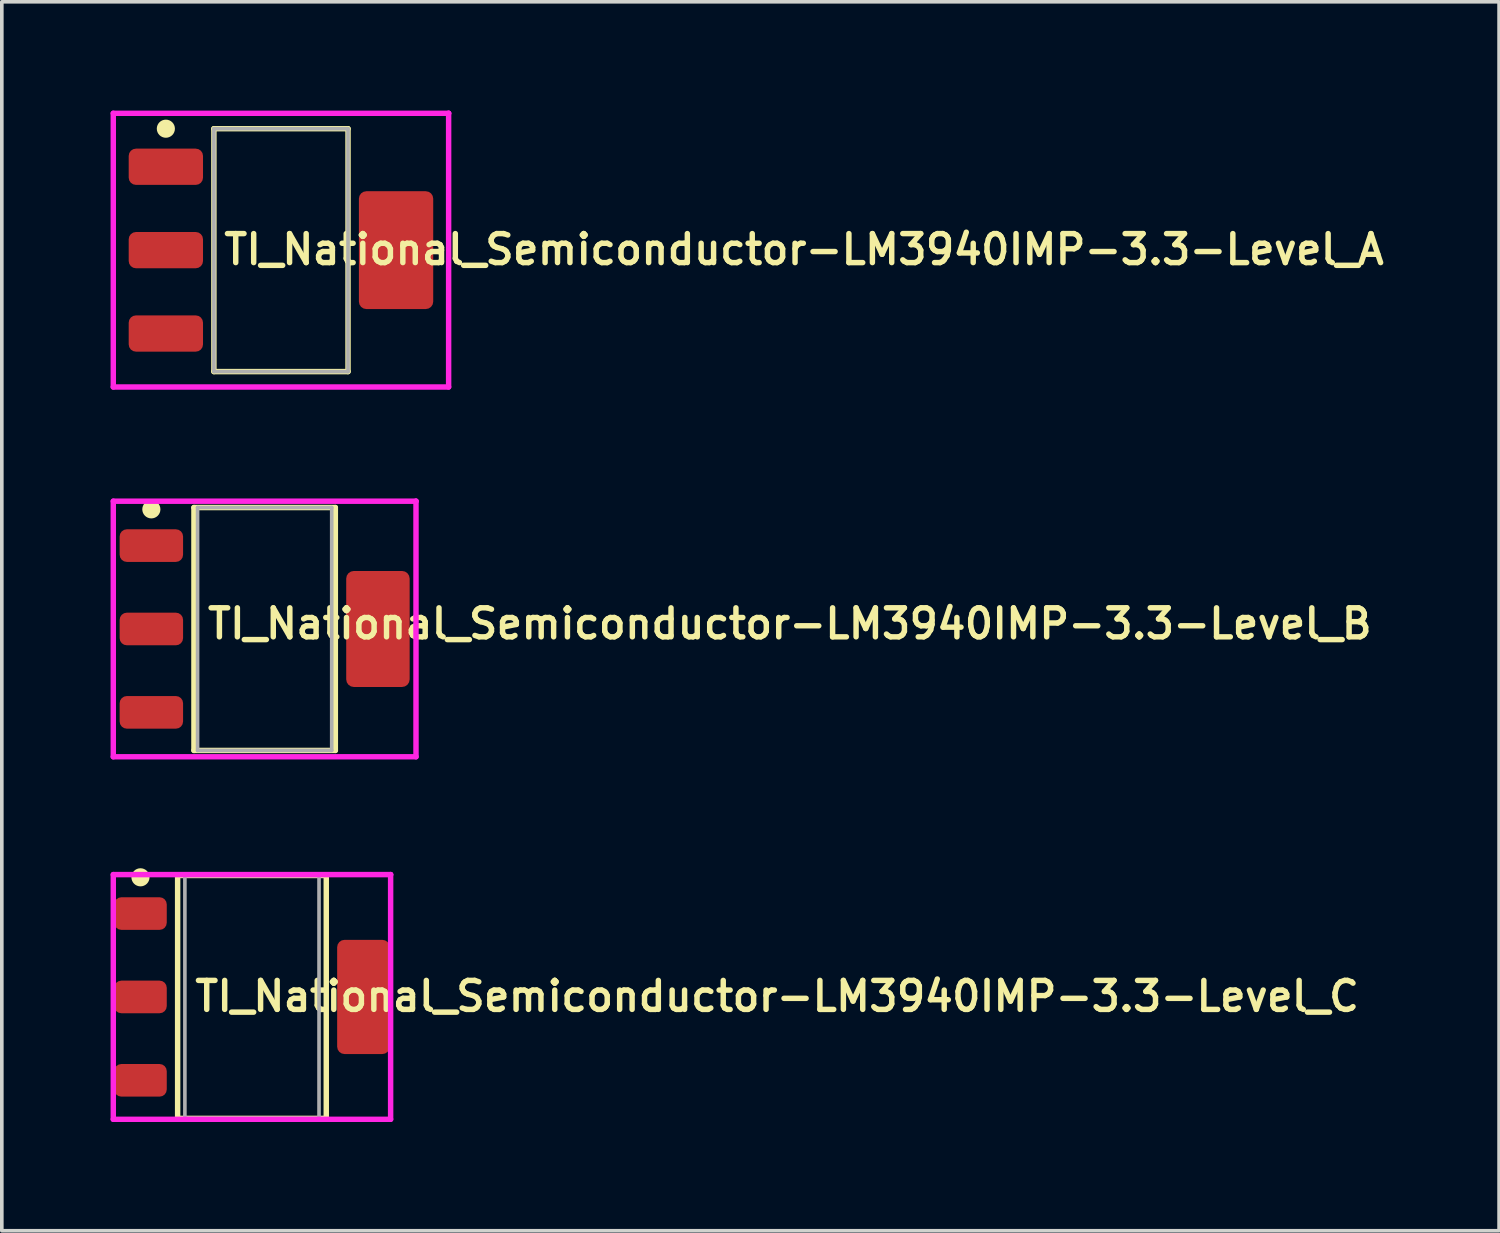
<source format=kicad_pcb>
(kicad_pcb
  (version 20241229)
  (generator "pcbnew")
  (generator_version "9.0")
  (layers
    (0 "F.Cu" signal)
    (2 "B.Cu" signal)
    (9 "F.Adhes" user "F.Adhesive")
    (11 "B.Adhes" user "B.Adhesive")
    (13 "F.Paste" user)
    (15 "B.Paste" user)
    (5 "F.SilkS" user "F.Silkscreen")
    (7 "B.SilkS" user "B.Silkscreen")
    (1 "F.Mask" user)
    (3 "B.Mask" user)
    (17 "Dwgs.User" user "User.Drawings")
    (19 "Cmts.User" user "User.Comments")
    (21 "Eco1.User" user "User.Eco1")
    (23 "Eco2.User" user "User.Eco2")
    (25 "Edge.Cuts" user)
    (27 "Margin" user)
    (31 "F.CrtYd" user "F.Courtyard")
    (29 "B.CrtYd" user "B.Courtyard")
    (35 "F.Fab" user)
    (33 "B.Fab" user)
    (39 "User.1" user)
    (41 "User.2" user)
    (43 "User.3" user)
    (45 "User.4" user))
  (footprint "TI_National_Semiconductor-LM3940IMP-3.3-Level_B"
    (layer "F.Cu")
    (at 4.25 14.3)
    (property "Reference" "TI_National_Semiconductor-LM3940IMP-3.3-Level_B" (at -1.651 -0.146 0) (layer "F.SilkS") (effects (font (size 0.8 0.8) (thickness 0.15)) (justify left)))
    (attr through_hole)
    (fp_line (start -1.95 -3.35) (end 1.95 -3.35) (stroke (width 0.15) (type solid)) (layer "F.SilkS"))
    (fp_line (start -1.95 3.35) (end -1.95 -3.35) (stroke (width 0.15) (type solid)) (layer "F.SilkS"))
    (fp_line (start -1.95 3.35) (end 1.95 3.35) (stroke (width 0.15) (type solid)) (layer "F.SilkS"))
    (fp_line (start 1.95 3.35) (end 1.95 -3.35) (stroke (width 0.15) (type solid)) (layer "F.SilkS"))
    (fp_circle (center -3.125 -3.3) (end -3 -3.3) (stroke (width 0.25) (type solid)) (fill no) (layer "F.SilkS"))
    (fp_line (start -4.175 -3.525) (end -4.175 3.525) (stroke (width 0.15) (type solid)) (layer "F.CrtYd"))
    (fp_line (start -4.175 3.525) (end 4.175 3.525) (stroke (width 0.15) (type solid)) (layer "F.CrtYd"))
    (fp_line (start 4.175 -3.525) (end -4.175 -3.525) (stroke (width 0.15) (type solid)) (layer "F.CrtYd"))
    (fp_line (start 4.175 -3.525) (end 4.175 -3.525) (stroke (width 0.15) (type solid)) (layer "F.CrtYd"))
    (fp_line (start 4.175 3.525) (end 4.175 -3.525) (stroke (width 0.15) (type solid)) (layer "F.CrtYd"))
    (fp_line (start -1.85 -3.35) (end 1.85 -3.35) (stroke (width 0.1) (type solid)) (layer "F.Fab"))
    (fp_line (start -1.85 3.35) (end -1.85 -3.35) (stroke (width 0.1) (type solid)) (layer "F.Fab"))
    (fp_line (start -1.85 3.35) (end 1.85 3.35) (stroke (width 0.1) (type solid)) (layer "F.Fab"))
    (fp_line (start 1.85 3.35) (end 1.85 -3.35) (stroke (width 0.1) (type solid)) (layer "F.Fab"))
    (pad "1" smd roundrect (at -3.125 -2.3 270) (size 0.9 1.75) (layers "F.Cu" "F.Mask" "F.Paste") (roundrect_rratio 0.22))
    (pad "2" smd roundrect (at -3.125 -0.000001 270) (size 0.9 1.75) (layers "F.Cu" "F.Mask" "F.Paste") (roundrect_rratio 0.22))
    (pad "3" smd roundrect (at -3.125 2.3 270) (size 0.9 1.75) (layers "F.Cu" "F.Mask" "F.Paste") (roundrect_rratio 0.22))
    (pad "4" smd roundrect (at 3.125 -0.000001 270) (size 3.2 1.75) (layers "F.Cu" "F.Mask" "F.Paste") (roundrect_rratio 0.12)))
  (footprint "TI_National_Semiconductor-LM3940IMP-3.3-Level_C"
    (layer "F.Cu")
    (at 3.9 24.45)
    (property "Reference" "TI_National_Semiconductor-LM3940IMP-3.3-Level_C" (at -1.651 -0.019 0) (layer "F.SilkS") (effects (font (size 0.8 0.8) (thickness 0.15)) (justify left)))
    (attr through_hole)
    (fp_line (start -2.05 -3.35) (end 2.05 -3.35) (stroke (width 0.15) (type solid)) (layer "F.SilkS"))
    (fp_line (start -2.05 3.35) (end -2.05 -3.35) (stroke (width 0.15) (type solid)) (layer "F.SilkS"))
    (fp_line (start -2.05 3.35) (end 2.05 3.35) (stroke (width 0.15) (type solid)) (layer "F.SilkS"))
    (fp_line (start 2.05 3.35) (end 2.05 -3.35) (stroke (width 0.15) (type solid)) (layer "F.SilkS"))
    (fp_circle (center -3.075 -3.3) (end -2.95 -3.3) (stroke (width 0.25) (type solid)) (fill no) (layer "F.SilkS"))
    (fp_line (start -3.825 -3.375) (end -3.825 3.375) (stroke (width 0.15) (type solid)) (layer "F.CrtYd"))
    (fp_line (start -3.825 3.375) (end 3.825 3.375) (stroke (width 0.15) (type solid)) (layer "F.CrtYd"))
    (fp_line (start 3.825 -3.375) (end -3.825 -3.375) (stroke (width 0.15) (type solid)) (layer "F.CrtYd"))
    (fp_line (start 3.825 -3.375) (end 3.825 -3.375) (stroke (width 0.15) (type solid)) (layer "F.CrtYd"))
    (fp_line (start 3.825 3.375) (end 3.825 -3.375) (stroke (width 0.15) (type solid)) (layer "F.CrtYd"))
    (fp_line (start -1.85 -3.35) (end 1.85 -3.35) (stroke (width 0.1) (type solid)) (layer "F.Fab"))
    (fp_line (start -1.85 3.35) (end -1.85 -3.35) (stroke (width 0.1) (type solid)) (layer "F.Fab"))
    (fp_line (start -1.85 3.35) (end 1.85 3.35) (stroke (width 0.1) (type solid)) (layer "F.Fab"))
    (fp_line (start 1.85 3.35) (end 1.85 -3.35) (stroke (width 0.1) (type solid)) (layer "F.Fab"))
    (pad "1" smd roundrect (at -3.075 -2.3 270) (size 0.9 1.45) (layers "F.Cu" "F.Mask" "F.Paste") (roundrect_rratio 0.22))
    (pad "2" smd roundrect (at -3.075 -0.000001 270) (size 0.9 1.45) (layers "F.Cu" "F.Mask" "F.Paste") (roundrect_rratio 0.22))
    (pad "3" smd roundrect (at -3.075 2.3 270) (size 0.9 1.45) (layers "F.Cu" "F.Mask" "F.Paste") (roundrect_rratio 0.22))
    (pad "4" smd roundrect (at 3.075 -0.000001 270) (size 3.15 1.45) (layers "F.Cu" "F.Mask" "F.Paste") (roundrect_rratio 0.14)))
  (footprint "TI_National_Semiconductor-LM3940IMP-3.3-Level_A"
    (layer "F.Cu")
    (at 4.7 3.85)
    (property "Reference" "TI_National_Semiconductor-LM3940IMP-3.3-Level_A" (at -1.651 -0.019 0) (layer "F.SilkS") (effects (font (size 0.8 0.8) (thickness 0.15)) (justify left)))
    (attr through_hole)
    (fp_line (start -1.85 -3.35) (end 1.85 -3.35) (stroke (width 0.15) (type solid)) (layer "F.SilkS"))
    (fp_line (start -1.85 3.35) (end -1.85 -3.35) (stroke (width 0.15) (type solid)) (layer "F.SilkS"))
    (fp_line (start -1.85 3.35) (end 1.85 3.35) (stroke (width 0.15) (type solid)) (layer "F.SilkS"))
    (fp_line (start 1.85 3.35) (end 1.85 -3.35) (stroke (width 0.15) (type solid)) (layer "F.SilkS"))
    (fp_circle (center -3.175 -3.35) (end -3.05 -3.35) (stroke (width 0.25) (type solid)) (fill no) (layer "F.SilkS"))
    (fp_line (start -4.625 -3.775) (end -4.625 3.775) (stroke (width 0.15) (type solid)) (layer "F.CrtYd"))
    (fp_line (start -4.625 3.775) (end 4.625 3.775) (stroke (width 0.15) (type solid)) (layer "F.CrtYd"))
    (fp_line (start 4.625 -3.775) (end -4.625 -3.775) (stroke (width 0.15) (type solid)) (layer "F.CrtYd"))
    (fp_line (start 4.625 -3.775) (end 4.625 -3.775) (stroke (width 0.15) (type solid)) (layer "F.CrtYd"))
    (fp_line (start 4.625 3.775) (end 4.625 -3.775) (stroke (width 0.15) (type solid)) (layer "F.CrtYd"))
    (fp_line (start -1.85 -3.35) (end 1.85 -3.35) (stroke (width 0.1) (type solid)) (layer "F.Fab"))
    (fp_line (start -1.85 3.35) (end -1.85 -3.35) (stroke (width 0.1) (type solid)) (layer "F.Fab"))
    (fp_line (start -1.85 3.35) (end 1.85 3.35) (stroke (width 0.1) (type solid)) (layer "F.Fab"))
    (fp_line (start 1.85 3.35) (end 1.85 -3.35) (stroke (width 0.1) (type solid)) (layer "F.Fab"))
    (pad "1" smd roundrect (at -3.175 -2.3 270) (size 1 2.05) (layers "F.Cu" "F.Mask" "F.Paste") (roundrect_rratio 0.2))
    (pad "2" smd roundrect (at -3.175 -0.000001 270) (size 1 2.05) (layers "F.Cu" "F.Mask" "F.Paste") (roundrect_rratio 0.2))
    (pad "3" smd roundrect (at -3.175 2.3 270) (size 1 2.05) (layers "F.Cu" "F.Mask" "F.Paste") (roundrect_rratio 0.2))
    (pad "4" smd roundrect (at 3.175 -0.000001 270) (size 3.25 2.05) (layers "F.Cu" "F.Mask" "F.Paste") (roundrect_rratio 0.1)))
  (gr_rect
    (start -3 -3)
    (end 38.301 30.9)
    (stroke (width 0.1) (type default))
    (fill no)
    (layer "Edge.Cuts")))
</source>
